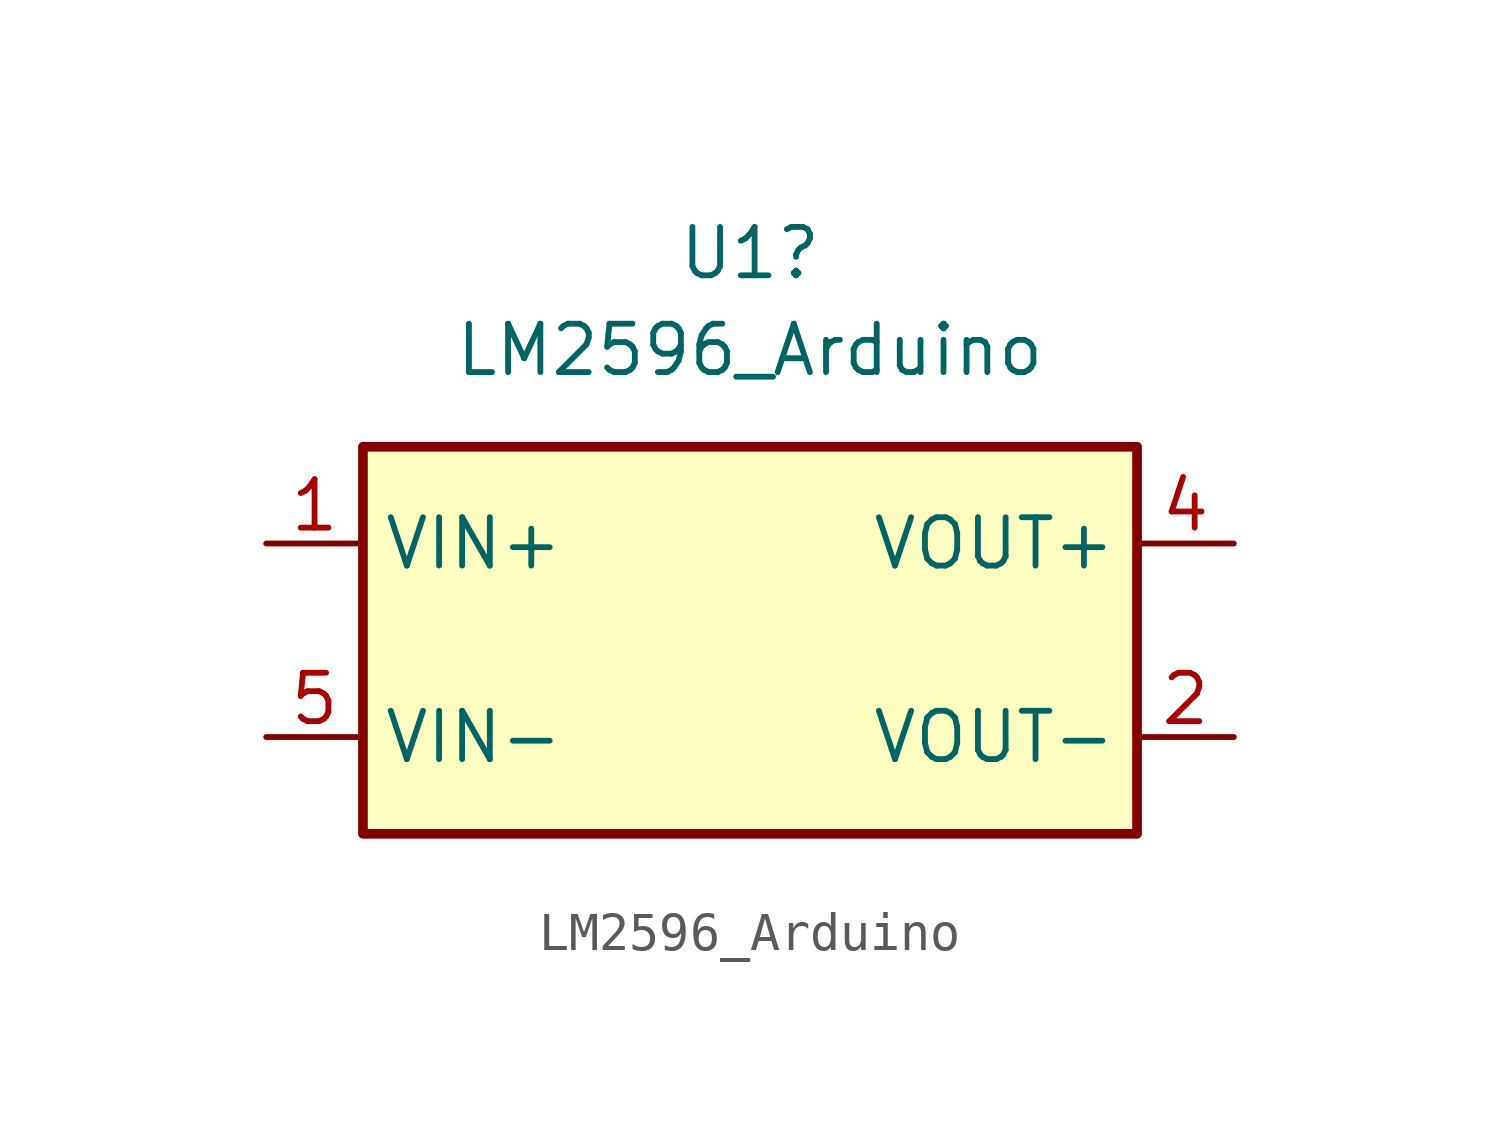
<source format=kicad_sym>
(kicad_symbol_lib
  (version 20231120)
  (generator "kicad_symbol_editor")
  (generator_version "8.0")
  (symbol "LM2596_Arduino"
    (property "Reference" "U1"
      (at 0 10.16 0)
      (effects (font (size 1.27 1.27))))
    (property "Value" "LM2596_Arduino"
      (at 0 7.62 0)
      (effects (font (size 1.27 1.27))))
    (symbol "LM2596_Arduino_0_1"
      (rectangle (start -10.16 5.08) (end 10.16 -5.08) (stroke (width 0.254) (type default)) (fill (type background))))
    (symbol "LM2596_Arduino_1_1"
      (pin power_in line (at -12.7 2.54 0) (length 2.54) (name "VIN+" (effects (font (size 1.27 1.27)))) (number "1" (effects (font (size 1.27 1.27)))))
      (pin power_out line (at 12.7 -2.54 180) (length 2.54) (name "VOUT-" (effects (font (size 1.27 1.27)))) (number "2" (effects (font (size 1.27 1.27)))))
      (pin power_out line (at 12.7 2.54 180) (length 2.54) (name "VOUT+" (effects (font (size 1.27 1.27)))) (number "4" (effects (font (size 1.27 1.27)))))
      (pin power_in line (at -12.7 -2.54 0) (length 2.54) (name "VIN-" (effects (font (size 1.27 1.27)))) (number "5" (effects (font (size 1.27 1.27))))))))
</source>
